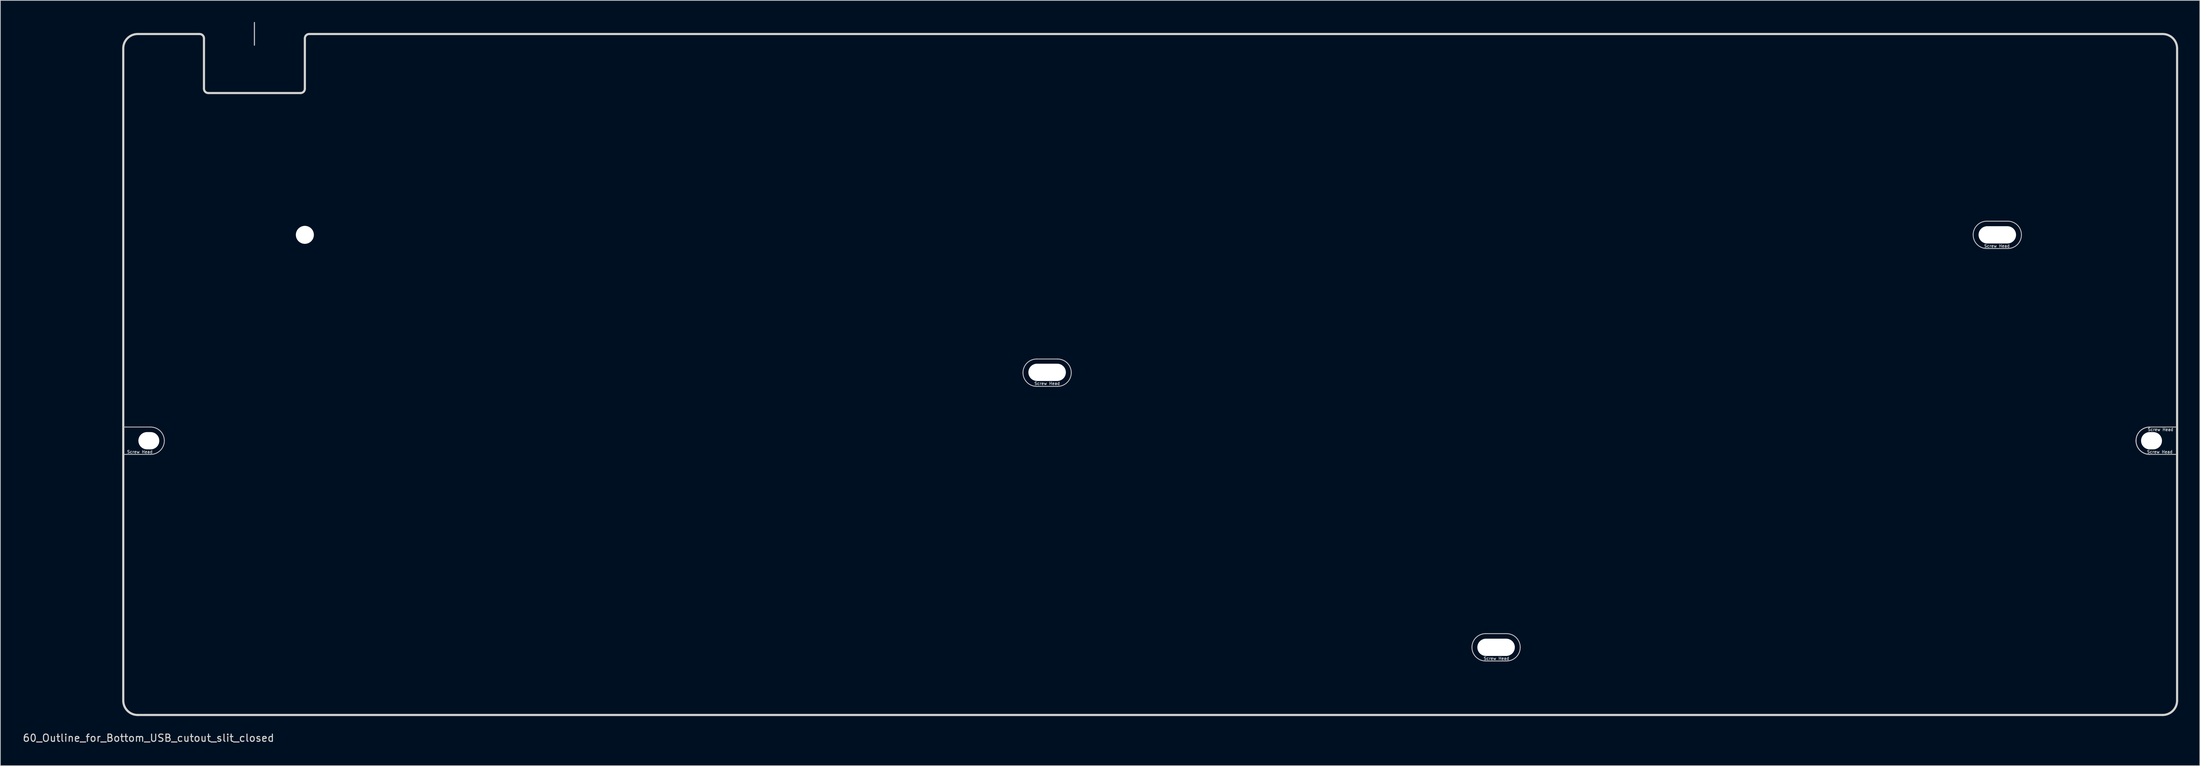
<source format=kicad_pcb>
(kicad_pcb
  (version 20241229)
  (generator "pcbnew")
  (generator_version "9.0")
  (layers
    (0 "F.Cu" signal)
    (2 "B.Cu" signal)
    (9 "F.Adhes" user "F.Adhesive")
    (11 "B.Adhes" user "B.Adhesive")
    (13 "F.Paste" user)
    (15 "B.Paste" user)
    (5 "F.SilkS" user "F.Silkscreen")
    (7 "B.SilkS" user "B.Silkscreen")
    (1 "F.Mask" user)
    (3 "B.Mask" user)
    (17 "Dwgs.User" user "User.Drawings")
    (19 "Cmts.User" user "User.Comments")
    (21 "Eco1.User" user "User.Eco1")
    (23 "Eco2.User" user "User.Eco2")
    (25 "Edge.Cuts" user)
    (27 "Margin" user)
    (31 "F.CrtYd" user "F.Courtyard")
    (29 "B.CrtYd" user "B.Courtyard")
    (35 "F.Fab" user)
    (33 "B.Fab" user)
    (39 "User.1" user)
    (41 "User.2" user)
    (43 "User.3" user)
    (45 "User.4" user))
  (footprint "60_Outline_for_Bottom_USB_cutout_slit_closed"
    (layer "F.Cu")
    (at 156.554 48.975)
    (property "Reference" "60_Outline_for_Bottom_USB_cutout_slit_closed" (at -139 50.5 0) (layer "Edge.Cuts") (effects (font (size 1 1) (thickness 0.15))))
    (attr through_hole)
    (fp_line (start -142.5 7.3) (end -138.7 7.3) (stroke (width 0.12) (type solid)) (layer "Dwgs.User"))
    (fp_line (start -142.5 11.1) (end -138.7 11.1) (stroke (width 0.12) (type solid)) (layer "Dwgs.User"))
    (fp_line (start -124.3 -48.9) (end -124.3 -45.75) (stroke (width 0.15) (type solid)) (layer "Dwgs.User"))
    (fp_line (start -15.75 -2.15) (end -12.85 -2.15) (stroke (width 0.12) (type solid)) (layer "Dwgs.User"))
    (fp_line (start -15.75 1.65) (end -12.85 1.65) (stroke (width 0.12) (type solid)) (layer "Dwgs.User"))
    (fp_line (start 46.55 36) (end 49.45 36) (stroke (width 0.12) (type solid)) (layer "Dwgs.User"))
    (fp_line (start 46.55 39.8) (end 49.45 39.8) (stroke (width 0.12) (type solid)) (layer "Dwgs.User"))
    (fp_line (start 116.1 -21.3) (end 119 -21.3) (stroke (width 0.12) (type solid)) (layer "Dwgs.User"))
    (fp_line (start 116.1 -17.5) (end 119 -17.5) (stroke (width 0.12) (type solid)) (layer "Dwgs.User"))
    (fp_line (start 138.7 7.3) (end 142.5 7.3) (stroke (width 0.12) (type solid)) (layer "Dwgs.User"))
    (fp_line (start 138.7 11.1) (end 142.5 11.1) (stroke (width 0.12) (type solid)) (layer "Dwgs.User"))
    (fp_arc (start -138.7 7.3) (mid -137.356497 7.856497) (end -136.8 9.2) (stroke (width 0.12) (type solid)) (layer "Dwgs.User"))
    (fp_arc (start -136.8 9.2) (mid -137.356497 10.543503) (end -138.7 11.1) (stroke (width 0.12) (type solid)) (layer "Dwgs.User"))
    (fp_arc (start -17.65 -0.25) (mid -17.093503 -1.593503) (end -15.75 -2.15) (stroke (width 0.12) (type solid)) (layer "Dwgs.User"))
    (fp_arc (start -15.75 1.65) (mid -17.093503 1.093503) (end -17.65 -0.25) (stroke (width 0.12) (type solid)) (layer "Dwgs.User"))
    (fp_arc (start -12.85 -2.15) (mid -11.506497 -1.593503) (end -10.95 -0.25) (stroke (width 0.12) (type solid)) (layer "Dwgs.User"))
    (fp_arc (start -10.95 -0.25) (mid -11.506497 1.093503) (end -12.85 1.65) (stroke (width 0.12) (type solid)) (layer "Dwgs.User"))
    (fp_arc (start 44.65 37.9) (mid 45.206497 36.556497) (end 46.55 36) (stroke (width 0.12) (type solid)) (layer "Dwgs.User"))
    (fp_arc (start 46.55 39.8) (mid 45.206497 39.243503) (end 44.65 37.9) (stroke (width 0.12) (type solid)) (layer "Dwgs.User"))
    (fp_arc (start 49.45 36) (mid 50.793503 36.556497) (end 51.35 37.9) (stroke (width 0.12) (type solid)) (layer "Dwgs.User"))
    (fp_arc (start 51.35 37.9) (mid 50.793503 39.243503) (end 49.45 39.8) (stroke (width 0.12) (type solid)) (layer "Dwgs.User"))
    (fp_arc (start 114.2 -19.4) (mid 114.756497 -20.743503) (end 116.1 -21.3) (stroke (width 0.12) (type solid)) (layer "Dwgs.User"))
    (fp_arc (start 116.1 -17.5) (mid 114.756497 -18.056497) (end 114.2 -19.4) (stroke (width 0.12) (type solid)) (layer "Dwgs.User"))
    (fp_arc (start 119 -21.3) (mid 120.343503 -20.743503) (end 120.9 -19.4) (stroke (width 0.12) (type solid)) (layer "Dwgs.User"))
    (fp_arc (start 120.9 -19.4) (mid 120.343503 -18.056497) (end 119 -17.5) (stroke (width 0.12) (type solid)) (layer "Dwgs.User"))
    (fp_arc (start 136.8 9.2) (mid 137.356497 7.856497) (end 138.7 7.3) (stroke (width 0.12) (type solid)) (layer "Dwgs.User"))
    (fp_arc (start 136.8 9.2) (mid 137.356497 7.856497) (end 138.7 7.3) (stroke (width 0.12) (type solid)) (layer "Dwgs.User"))
    (fp_arc (start 138.7 11.1) (mid 137.356497 10.543503) (end 136.8 9.2) (stroke (width 0.12) (type solid)) (layer "Dwgs.User"))
    (fp_arc (start 138.7 11.1) (mid 137.356497 10.543503) (end 136.8 9.2) (stroke (width 0.12) (type solid)) (layer "Dwgs.User"))
    (fp_line (start -132.3 -47.3) (end -124.3 -47.3) (stroke (width 0.12) (type solid)) (layer "Eco1.User"))
    (fp_line (start -124.3 -47.3) (end -116.3 -47.3) (stroke (width 0.12) (type solid)) (layer "Eco1.User"))
    (fp_line (start -142.5 11) (end -142.5 -45.3) (stroke (width 0.3) (type solid)) (layer "Edge.Cuts"))
    (fp_line (start -142.5 45.3) (end -142.5 11) (stroke (width 0.3) (type solid)) (layer "Edge.Cuts"))
    (fp_line (start -131.9 -47.3) (end -140.5 -47.3) (stroke (width 0.3) (type solid)) (layer "Edge.Cuts"))
    (fp_line (start -131.3 -39.7) (end -131.3 -46.7) (stroke (width 0.3) (type solid)) (layer "Edge.Cuts"))
    (fp_line (start -130.7 -39.1) (end -117.9 -39.1) (stroke (width 0.3) (type solid)) (layer "Edge.Cuts"))
    (fp_line (start -117.3 -39.7) (end -117.3 -46.7) (stroke (width 0.3) (type solid)) (layer "Edge.Cuts"))
    (fp_line (start 140.5 -47.3) (end -116.7 -47.3) (stroke (width 0.3) (type solid)) (layer "Edge.Cuts"))
    (fp_line (start 140.5 47.3) (end -140.5 47.3) (stroke (width 0.3) (type solid)) (layer "Edge.Cuts"))
    (fp_line (start 142.5 11) (end 142.5 -45.3) (stroke (width 0.3) (type solid)) (layer "Edge.Cuts"))
    (fp_line (start 142.5 11) (end 142.5 45.3) (stroke (width 0.3) (type solid)) (layer "Edge.Cuts"))
    (fp_arc (start -142.5 -45.3) (mid -141.914214 -46.714214) (end -140.5 -47.3) (stroke (width 0.3) (type solid)) (layer "Edge.Cuts"))
    (fp_arc (start -140.5 47.3) (mid -141.914214 46.714214) (end -142.5 45.3) (stroke (width 0.3) (type solid)) (layer "Edge.Cuts"))
    (fp_arc (start -131.9 -47.3) (mid -131.475736 -47.124264) (end -131.3 -46.7) (stroke (width 0.3) (type solid)) (layer "Edge.Cuts"))
    (fp_arc (start -130.7 -39.1) (mid -131.124264 -39.275736) (end -131.3 -39.7) (stroke (width 0.3) (type solid)) (layer "Edge.Cuts"))
    (fp_arc (start -117.3 -46.7) (mid -117.124264 -47.124264) (end -116.7 -47.3) (stroke (width 0.3) (type solid)) (layer "Edge.Cuts"))
    (fp_arc (start -117.3 -39.7) (mid -117.475736 -39.275736) (end -117.9 -39.1) (stroke (width 0.3) (type solid)) (layer "Edge.Cuts"))
    (fp_arc (start 140.5 -47.3) (mid 141.914214 -46.714214) (end 142.5 -45.3) (stroke (width 0.3) (type solid)) (layer "Edge.Cuts"))
    (fp_arc (start 142.5 45.3) (mid 141.914214 46.714214) (end 140.5 47.3) (stroke (width 0.3) (type solid)) (layer "Edge.Cuts"))
    (fp_text user "Screw Head" (at 117.5 -17.85 0) (layer "Dwgs.User") (effects (font (size 0.4 0.4) (thickness 0.08))))
    (fp_text user "Screw Head" (at 140.1 10.75 0) (layer "Dwgs.User") (effects (font (size 0.4 0.4) (thickness 0.08))))
    (fp_text user "Screw Head" (at -14.3 1.25 0) (layer "Dwgs.User") (effects (font (size 0.4 0.4) (thickness 0.08))))
    (fp_text user "Screw Head" (at 140.2 7.65 180) (layer "Dwgs.User") (effects (font (size 0.4 0.4) (thickness 0.08))))
    (fp_text user "Screw Head" (at -140.2 10.75 0) (layer "Dwgs.User") (effects (font (size 0.4 0.4) (thickness 0.08))))
    (fp_text user "Screw Head" (at 48.05 39.45 0) (layer "Dwgs.User") (effects (font (size 0.4 0.4) (thickness 0.08))))
    (pad "" np_thru_hole oval (at -138.95 9.2) (size 2.9 2.4) (drill oval 2.9 2.4) (layers "*.Cu" "*.Mask"))
    (pad "" np_thru_hole circle (at -117.3 -19.4) (size 2.499 2.499) (drill 2.499) (layers "*.Cu" "*.Mask"))
    (pad "" np_thru_hole oval (at -14.3 -0.3) (size 5.2 2.4) (drill oval 5.2 2.4) (layers "*.Cu" "*.Mask"))
    (pad "" np_thru_hole oval (at 48 37.9) (size 5.2 2.4) (drill oval 5.2 2.4) (layers "*.Cu" "*.Mask"))
    (pad "" np_thru_hole oval (at 117.55 -19.4) (size 5.2 2.4) (drill oval 5.2 2.4) (layers "*.Cu" "*.Mask"))
    (pad "" np_thru_hole oval (at 138.95 9.2 180) (size 2.9 2.4) (drill oval 2.9 2.4) (layers "*.Cu" "*.Mask")))
  (gr_rect
    (start -3 -3)
    (end 302.204 103.323)
    (stroke (width 0.1) (type default))
    (fill no)
    (layer "Edge.Cuts")))
</source>
